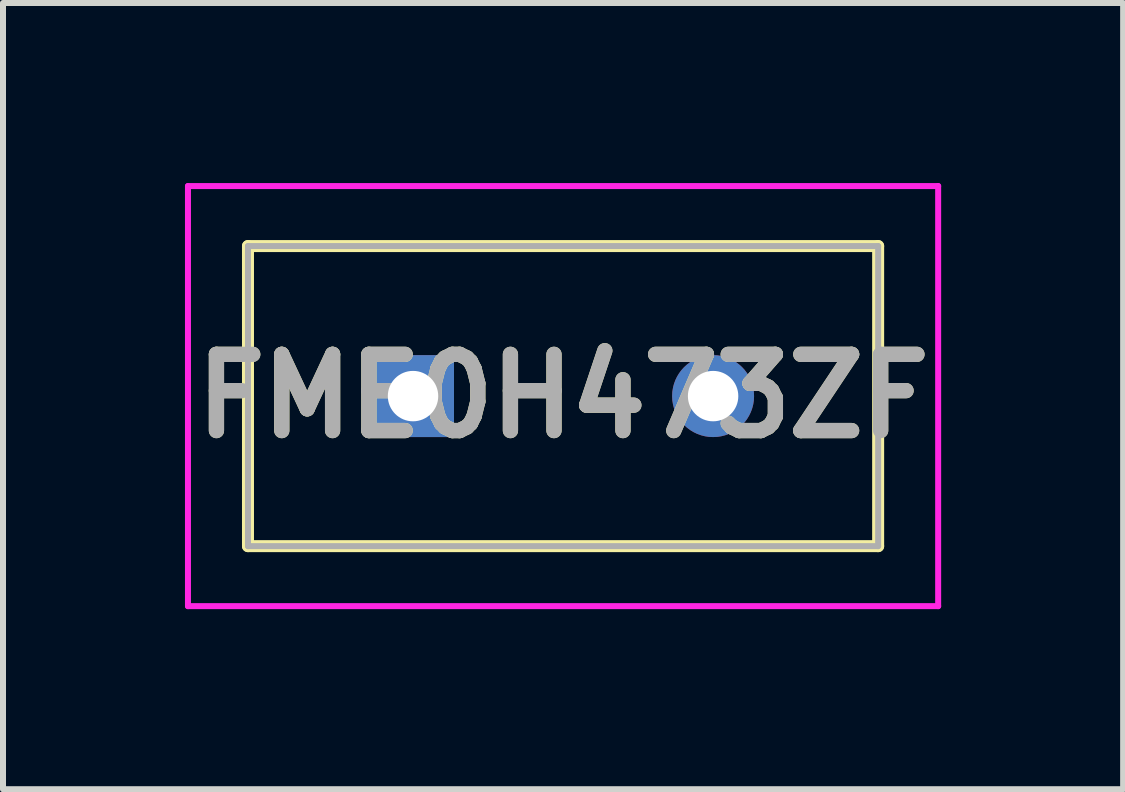
<source format=kicad_pcb>
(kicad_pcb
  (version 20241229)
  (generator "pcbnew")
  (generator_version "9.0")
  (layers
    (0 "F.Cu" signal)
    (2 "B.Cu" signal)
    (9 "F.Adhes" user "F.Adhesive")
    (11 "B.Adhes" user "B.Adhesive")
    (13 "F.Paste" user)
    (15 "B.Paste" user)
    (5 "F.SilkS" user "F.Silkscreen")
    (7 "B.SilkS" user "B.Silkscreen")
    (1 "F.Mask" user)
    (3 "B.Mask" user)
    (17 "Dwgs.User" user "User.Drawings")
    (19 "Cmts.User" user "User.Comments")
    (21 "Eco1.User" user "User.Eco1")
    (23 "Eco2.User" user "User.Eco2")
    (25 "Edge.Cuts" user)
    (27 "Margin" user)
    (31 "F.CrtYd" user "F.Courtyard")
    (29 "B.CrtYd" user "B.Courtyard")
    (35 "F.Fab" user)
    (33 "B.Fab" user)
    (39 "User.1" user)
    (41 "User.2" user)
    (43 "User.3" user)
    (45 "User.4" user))
  (footprint "FME0H473ZF"
    (layer "F.Cu")
    (at 3.832 3.55)
    (property "Reference" "FME0H473ZF" (at 2.5 0 0) (layer "F.SilkS") (effects (font (size 1.27 1.27) (thickness 0.254))))
    (attr through_hole)
    (fp_line (start -3.3 0) (end -3.3 0) (stroke (width 0.1) (type solid)) (layer "F.SilkS"))
    (fp_line (start -3.2 0) (end -3.2 0) (stroke (width 0.1) (type solid)) (layer "F.SilkS"))
    (fp_line (start -2.75 -2.5) (end 7.75 -2.5) (stroke (width 0.2) (type solid)) (layer "F.SilkS"))
    (fp_line (start -2.75 2.5) (end -2.75 -2.5) (stroke (width 0.2) (type solid)) (layer "F.SilkS"))
    (fp_line (start 7.75 -2.5) (end 7.75 2.5) (stroke (width 0.2) (type solid)) (layer "F.SilkS"))
    (fp_line (start 7.75 2.5) (end -2.75 2.5) (stroke (width 0.2) (type solid)) (layer "F.SilkS"))
    (fp_arc (start -3.3 0) (mid -3.25 -0.05) (end -3.2 0) (stroke (width 0.1) (type solid)) (layer "F.SilkS"))
    (fp_arc (start -3.2 0) (mid -3.25 0.05) (end -3.3 0) (stroke (width 0.1) (type solid)) (layer "F.SilkS"))
    (fp_line (start -3.75 -3.5) (end 8.75 -3.5) (stroke (width 0.1) (type solid)) (layer "F.CrtYd"))
    (fp_line (start -3.75 3.5) (end -3.75 -3.5) (stroke (width 0.1) (type solid)) (layer "F.CrtYd"))
    (fp_line (start 8.75 -3.5) (end 8.75 3.5) (stroke (width 0.1) (type solid)) (layer "F.CrtYd"))
    (fp_line (start 8.75 3.5) (end -3.75 3.5) (stroke (width 0.1) (type solid)) (layer "F.CrtYd"))
    (fp_line (start -2.75 -2.5) (end 7.75 -2.5) (stroke (width 0.1) (type solid)) (layer "F.Fab"))
    (fp_line (start -2.75 2.5) (end -2.75 -2.5) (stroke (width 0.1) (type solid)) (layer "F.Fab"))
    (fp_line (start 7.75 -2.5) (end 7.75 2.5) (stroke (width 0.1) (type solid)) (layer "F.Fab"))
    (fp_line (start 7.75 2.5) (end -2.75 2.5) (stroke (width 0.1) (type solid)) (layer "F.Fab"))
    (fp_text user "${REFERENCE}" (at 2.5 0 0) (layer "F.Fab") (effects (font (size 1.27 1.27) (thickness 0.254))))
    (pad "1" thru_hole rect (at 0 0) (size 1.365 1.365) (drill 0.84) (layers "*.Cu" "*.Mask"))
    (pad "2" thru_hole circle (at 5 0) (size 1.365 1.365) (drill 0.84) (layers "*.Cu" "*.Mask")))
  (gr_rect
    (start -3 -3)
    (end 15.664 10.1)
    (stroke (width 0.1) (type default))
    (fill no)
    (layer "Edge.Cuts")))
</source>
